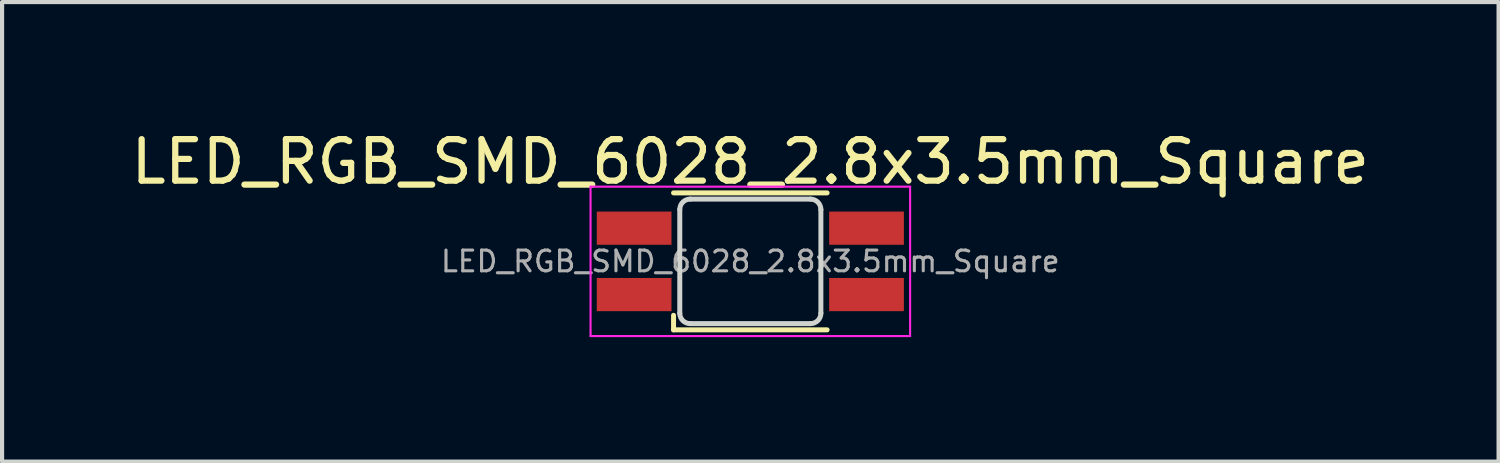
<source format=kicad_pcb>
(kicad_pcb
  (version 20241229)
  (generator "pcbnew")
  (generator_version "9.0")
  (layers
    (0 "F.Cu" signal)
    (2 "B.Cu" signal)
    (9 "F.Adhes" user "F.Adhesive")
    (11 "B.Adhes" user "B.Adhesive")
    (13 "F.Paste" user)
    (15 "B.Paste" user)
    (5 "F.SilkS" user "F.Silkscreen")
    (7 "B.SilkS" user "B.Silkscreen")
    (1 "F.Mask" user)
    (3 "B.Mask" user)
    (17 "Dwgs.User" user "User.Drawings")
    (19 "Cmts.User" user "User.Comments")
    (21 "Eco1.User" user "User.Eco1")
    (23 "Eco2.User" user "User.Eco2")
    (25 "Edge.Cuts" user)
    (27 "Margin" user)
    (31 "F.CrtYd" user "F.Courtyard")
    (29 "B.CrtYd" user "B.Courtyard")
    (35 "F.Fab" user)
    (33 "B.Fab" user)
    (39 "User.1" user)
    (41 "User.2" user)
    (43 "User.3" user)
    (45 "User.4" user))
  (footprint "LED_RGB_SMD_6028_2.8x3.5mm_Square"
    (layer "F.Cu")
    (at 15.03 3.248)
    (property "Reference" "LED_RGB_SMD_6028_2.8x3.5mm_Square" (at 0 -2.4 0) (layer "F.SilkS") (effects (font (size 1 1) (thickness 0.15))))
    (attr smd)
    (fp_line (start -1.85 -1.65) (end 1.85 -1.65) (stroke (width 0.12) (type solid)) (layer "F.SilkS"))
    (fp_line (start -1.85 1.3) (end -1.85 1.65) (stroke (width 0.12) (type solid)) (layer "F.SilkS"))
    (fp_line (start -1.85 1.65) (end 1.85 1.65) (stroke (width 0.12) (type solid)) (layer "F.SilkS"))
    (fp_line (start -1.7 -1.25) (end -1.7 1.25) (stroke (width 0.12) (type solid)) (layer "Edge.Cuts"))
    (fp_line (start -1.45 -1.5) (end 1.45 -1.5) (stroke (width 0.12) (type solid)) (layer "Edge.Cuts"))
    (fp_line (start 1.45 1.5) (end -1.45 1.5) (stroke (width 0.12) (type solid)) (layer "Edge.Cuts"))
    (fp_line (start 1.7 1.25) (end 1.7 -1.25) (stroke (width 0.12) (type solid)) (layer "Edge.Cuts"))
    (fp_arc (start -1.7 -1.25) (mid -1.626777 -1.426777) (end -1.45 -1.5) (stroke (width 0.12) (type solid)) (layer "Edge.Cuts"))
    (fp_arc (start -1.45 1.5) (mid -1.626777 1.426777) (end -1.7 1.25) (stroke (width 0.12) (type solid)) (layer "Edge.Cuts"))
    (fp_arc (start 1.45 -1.5) (mid 1.626777 -1.426777) (end 1.7 -1.25) (stroke (width 0.12) (type solid)) (layer "Edge.Cuts"))
    (fp_arc (start 1.7 1.25) (mid 1.626777 1.426777) (end 1.45 1.5) (stroke (width 0.12) (type solid)) (layer "Edge.Cuts"))
    (fp_line (start -3.85 -1.8) (end -3.85 1.8) (stroke (width 0.05) (type solid)) (layer "F.CrtYd"))
    (fp_line (start -3.85 1.8) (end 3.85 1.8) (stroke (width 0.05) (type solid)) (layer "F.CrtYd"))
    (fp_line (start 3.85 -1.8) (end -3.85 -1.8) (stroke (width 0.05) (type solid)) (layer "F.CrtYd"))
    (fp_line (start 3.85 1.8) (end 3.85 -1.8) (stroke (width 0.05) (type solid)) (layer "F.CrtYd"))
    (fp_text user "${REFERENCE}" (at 0 0 0) (layer "F.Fab") (effects (font (size 0.5 0.5) (thickness 0.075))))
    (pad "1" smd rect (at -2.8 0.8) (size 1.8 0.8) (layers "F.Cu" "F.Mask" "F.Paste"))
    (pad "2" smd rect (at 2.8 0.8) (size 1.8 0.8) (layers "F.Cu" "F.Mask" "F.Paste"))
    (pad "3" smd rect (at -2.8 -0.8) (size 1.8 0.8) (layers "F.Cu" "F.Mask" "F.Paste"))
    (pad "4" smd rect (at 2.8 -0.8) (size 1.8 0.8) (layers "F.Cu" "F.Mask" "F.Paste")))
  (gr_rect
    (start -3 -3)
    (end 33.06 8.073)
    (stroke (width 0.1) (type default))
    (fill no)
    (layer "Edge.Cuts")))
</source>
